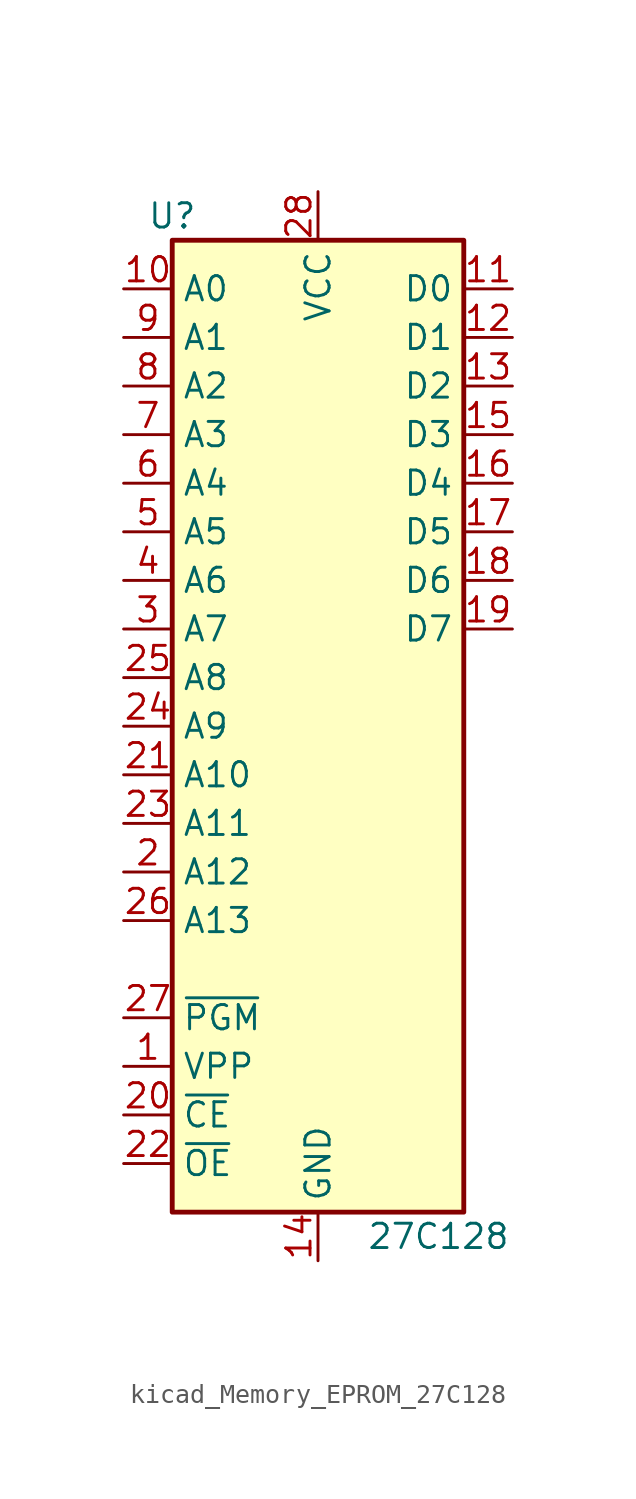
<source format=kicad_sym>
(kicad_symbol_lib
  (version 20220914)
  (generator kicad_symbol_editor)
  (symbol "kicad_Memory_EPROM_27C128"
    (property "Reference" "U"
      (at -7.62 26.67 0)
      (effects (font (size 1.27 1.27))))
    (property "Value" "27C128"
      (at 2.54 -26.67 0)
      (effects (font (size 1.27 1.27)) (justify left)))
    (symbol "kicad_Memory_EPROM_27C128_1_1"
      (rectangle (start -7.62 25.4) (end 7.62 -25.4) (stroke (width 0.254) (type default)) (fill (type background)))
      (pin input line (at -10.16 -17.78 0) (length 2.54) (name "VPP" (effects (font (size 1.27 1.27)))) (number "1" (effects (font (size 1.27 1.27)))))
      (pin input line (at -10.16 22.86 0) (length 2.54) (name "A0" (effects (font (size 1.27 1.27)))) (number "10" (effects (font (size 1.27 1.27)))))
      (pin tri_state line (at 10.16 22.86 180) (length 2.54) (name "D0" (effects (font (size 1.27 1.27)))) (number "11" (effects (font (size 1.27 1.27)))))
      (pin tri_state line (at 10.16 20.32 180) (length 2.54) (name "D1" (effects (font (size 1.27 1.27)))) (number "12" (effects (font (size 1.27 1.27)))))
      (pin tri_state line (at 10.16 17.78 180) (length 2.54) (name "D2" (effects (font (size 1.27 1.27)))) (number "13" (effects (font (size 1.27 1.27)))))
      (pin power_in line (at 0 -27.94 90) (length 2.54) (name "GND" (effects (font (size 1.27 1.27)))) (number "14" (effects (font (size 1.27 1.27)))))
      (pin tri_state line (at 10.16 15.24 180) (length 2.54) (name "D3" (effects (font (size 1.27 1.27)))) (number "15" (effects (font (size 1.27 1.27)))))
      (pin tri_state line (at 10.16 12.7 180) (length 2.54) (name "D4" (effects (font (size 1.27 1.27)))) (number "16" (effects (font (size 1.27 1.27)))))
      (pin tri_state line (at 10.16 10.16 180) (length 2.54) (name "D5" (effects (font (size 1.27 1.27)))) (number "17" (effects (font (size 1.27 1.27)))))
      (pin tri_state line (at 10.16 7.62 180) (length 2.54) (name "D6" (effects (font (size 1.27 1.27)))) (number "18" (effects (font (size 1.27 1.27)))))
      (pin tri_state line (at 10.16 5.08 180) (length 2.54) (name "D7" (effects (font (size 1.27 1.27)))) (number "19" (effects (font (size 1.27 1.27)))))
      (pin input line (at -10.16 -7.62 0) (length 2.54) (name "A12" (effects (font (size 1.27 1.27)))) (number "2" (effects (font (size 1.27 1.27)))))
      (pin input line (at -10.16 -20.32 0) (length 2.54) (name "~{CE}" (effects (font (size 1.27 1.27)))) (number "20" (effects (font (size 1.27 1.27)))))
      (pin input line (at -10.16 -2.54 0) (length 2.54) (name "A10" (effects (font (size 1.27 1.27)))) (number "21" (effects (font (size 1.27 1.27)))))
      (pin input line (at -10.16 -22.86 0) (length 2.54) (name "~{OE}" (effects (font (size 1.27 1.27)))) (number "22" (effects (font (size 1.27 1.27)))))
      (pin input line (at -10.16 -5.08 0) (length 2.54) (name "A11" (effects (font (size 1.27 1.27)))) (number "23" (effects (font (size 1.27 1.27)))))
      (pin input line (at -10.16 0 0) (length 2.54) (name "A9" (effects (font (size 1.27 1.27)))) (number "24" (effects (font (size 1.27 1.27)))))
      (pin input line (at -10.16 2.54 0) (length 2.54) (name "A8" (effects (font (size 1.27 1.27)))) (number "25" (effects (font (size 1.27 1.27)))))
      (pin input line (at -10.16 -10.16 0) (length 2.54) (name "A13" (effects (font (size 1.27 1.27)))) (number "26" (effects (font (size 1.27 1.27)))))
      (pin input line (at -10.16 -15.24 0) (length 2.54) (name "~{PGM}" (effects (font (size 1.27 1.27)))) (number "27" (effects (font (size 1.27 1.27)))))
      (pin power_in line (at 0 27.94 270) (length 2.54) (name "VCC" (effects (font (size 1.27 1.27)))) (number "28" (effects (font (size 1.27 1.27)))))
      (pin input line (at -10.16 5.08 0) (length 2.54) (name "A7" (effects (font (size 1.27 1.27)))) (number "3" (effects (font (size 1.27 1.27)))))
      (pin input line (at -10.16 7.62 0) (length 2.54) (name "A6" (effects (font (size 1.27 1.27)))) (number "4" (effects (font (size 1.27 1.27)))))
      (pin input line (at -10.16 10.16 0) (length 2.54) (name "A5" (effects (font (size 1.27 1.27)))) (number "5" (effects (font (size 1.27 1.27)))))
      (pin input line (at -10.16 12.7 0) (length 2.54) (name "A4" (effects (font (size 1.27 1.27)))) (number "6" (effects (font (size 1.27 1.27)))))
      (pin input line (at -10.16 15.24 0) (length 2.54) (name "A3" (effects (font (size 1.27 1.27)))) (number "7" (effects (font (size 1.27 1.27)))))
      (pin input line (at -10.16 17.78 0) (length 2.54) (name "A2" (effects (font (size 1.27 1.27)))) (number "8" (effects (font (size 1.27 1.27)))))
      (pin input line (at -10.16 20.32 0) (length 2.54) (name "A1" (effects (font (size 1.27 1.27)))) (number "9" (effects (font (size 1.27 1.27))))))))
</source>
